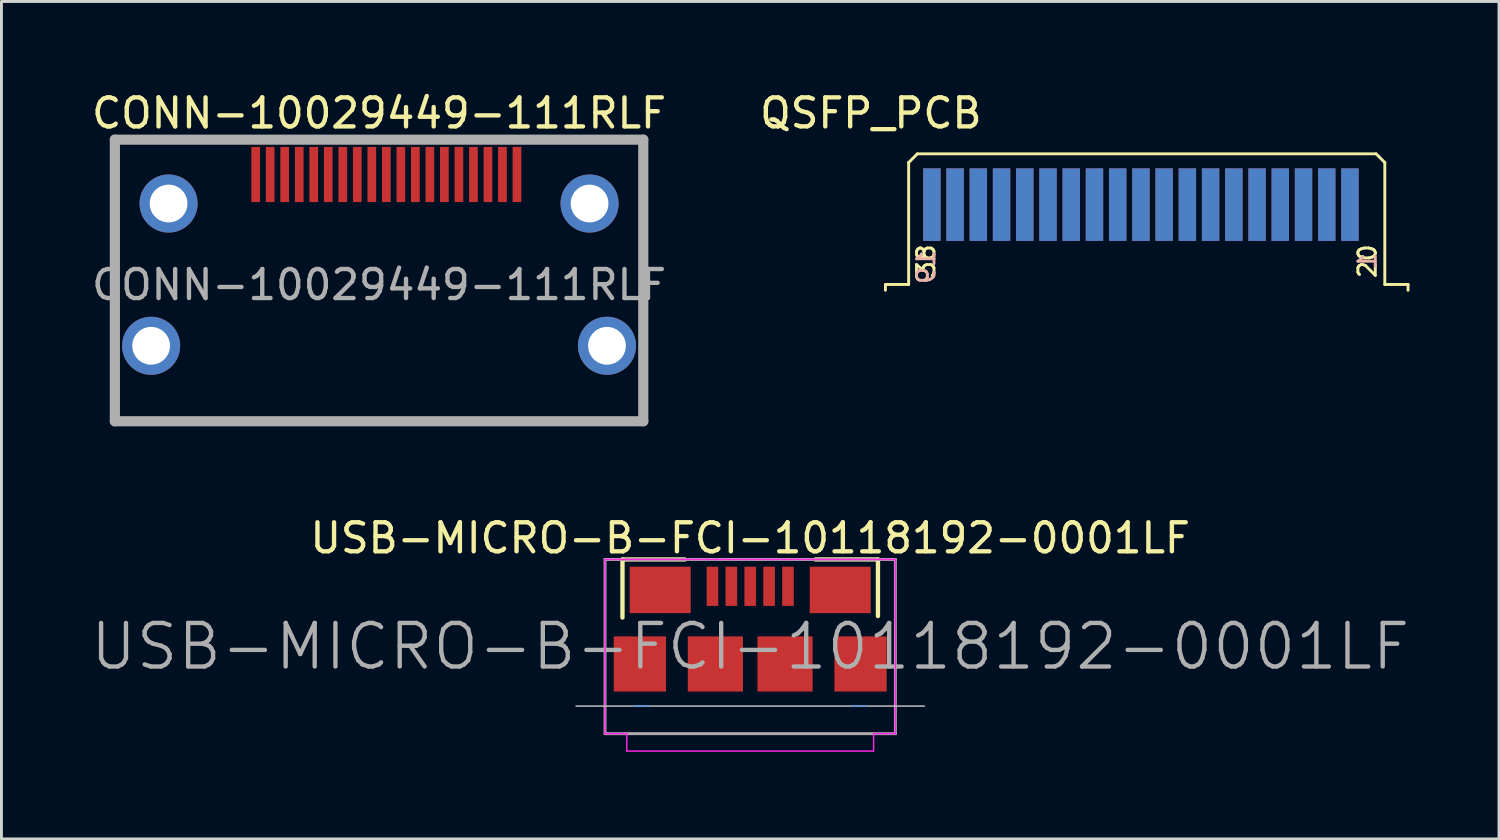
<source format=kicad_pcb>
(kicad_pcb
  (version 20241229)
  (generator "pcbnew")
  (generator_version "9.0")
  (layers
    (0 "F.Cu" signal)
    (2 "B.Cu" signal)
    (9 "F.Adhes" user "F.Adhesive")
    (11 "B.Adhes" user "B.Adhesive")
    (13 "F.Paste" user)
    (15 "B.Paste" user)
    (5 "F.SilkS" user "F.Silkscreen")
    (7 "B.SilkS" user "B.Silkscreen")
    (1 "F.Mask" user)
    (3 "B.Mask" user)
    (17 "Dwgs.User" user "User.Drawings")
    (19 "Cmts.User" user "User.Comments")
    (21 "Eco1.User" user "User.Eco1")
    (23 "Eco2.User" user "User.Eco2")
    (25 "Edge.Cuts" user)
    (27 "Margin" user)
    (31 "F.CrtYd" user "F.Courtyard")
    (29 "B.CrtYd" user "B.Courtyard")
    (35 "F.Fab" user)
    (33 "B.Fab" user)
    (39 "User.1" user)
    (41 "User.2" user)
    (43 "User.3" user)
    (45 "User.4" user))
  (footprint "QSFP_PCB"
    (layer "F.Cu")
    (at 28.646 5.548)
    (property "Reference" "QSFP_PCB" (at -1.7 -4.7 0) (layer "F.SilkS") (effects (font (size 1 1) (thickness 0.15))))
    (attr smd)
    (fp_line (start -1.2 1.2) (end -1.2 1.4) (stroke (width 0.1) (type solid)) (layer "F.SilkS"))
    (fp_line (start -0.4 -3) (end -0.4 1.2) (stroke (width 0.1) (type solid)) (layer "F.SilkS"))
    (fp_line (start -0.4 -3) (end -0.1 -3.3) (stroke (width 0.1) (type solid)) (layer "F.SilkS"))
    (fp_line (start -0.4 1.2) (end -1.2 1.2) (stroke (width 0.1) (type solid)) (layer "F.SilkS"))
    (fp_line (start -0.1 -3.3) (end 15.7 -3.3) (stroke (width 0.1) (type solid)) (layer "F.SilkS"))
    (fp_line (start 15.7 -3.3) (end 16 -3) (stroke (width 0.1) (type solid)) (layer "F.SilkS"))
    (fp_line (start 16 -3) (end 16 1.2) (stroke (width 0.1) (type solid)) (layer "F.SilkS"))
    (fp_line (start 16.8 1.2) (end 16 1.2) (stroke (width 0.1) (type solid)) (layer "F.SilkS"))
    (fp_line (start 16.8 1.2) (end 16.8 1.4) (stroke (width 0.1) (type solid)) (layer "F.SilkS"))
    (fp_text user "20" (at 15.4 0.4 90) (layer "F.SilkS") (effects (font (size 0.6 0.6) (thickness 0.1))))
    (fp_text user "38" (at 0.2 0.4 90) (layer "F.SilkS") (effects (font (size 0.6 0.6) (thickness 0.1))))
    (fp_text user "1" (at 15.4 0.4 270) (layer "B.SilkS") (effects (font (size 0.6 0.6) (thickness 0.1)) (justify mirror)))
    (fp_text user "19" (at 0.2 0.6 270) (layer "B.SilkS") (effects (font (size 0.6 0.6) (thickness 0.1)) (justify mirror)))
    (pad "1" smd rect (at 14.8 -1.5) (size 0.6 2.5) (drill (offset 0 -0.05)) (layers "B.Cu" "B.Mask" "B.Paste"))
    (pad "2" smd rect (at 14 -1.5) (size 0.6 2.5) (drill (offset 0 -0.05)) (layers "B.Cu" "B.Mask" "B.Paste"))
    (pad "3" smd rect (at 13.2 -1.5) (size 0.6 2.5) (drill (offset 0 -0.05)) (layers "B.Cu" "B.Mask" "B.Paste"))
    (pad "4" smd rect (at 12.4 -1.5) (size 0.6 2.5) (drill (offset 0 -0.05)) (layers "B.Cu" "B.Mask" "B.Paste"))
    (pad "5" smd rect (at 11.6 -1.5) (size 0.6 2.5) (drill (offset 0 -0.05)) (layers "B.Cu" "B.Mask" "B.Paste"))
    (pad "6" smd rect (at 10.8 -1.5) (size 0.6 2.5) (drill (offset 0 -0.05)) (layers "B.Cu" "B.Mask" "B.Paste"))
    (pad "7" smd rect (at 10 -1.5) (size 0.6 2.5) (drill (offset 0 -0.05)) (layers "B.Cu" "B.Mask" "B.Paste"))
    (pad "8" smd rect (at 9.2 -1.5) (size 0.6 2.5) (drill (offset 0 -0.05)) (layers "B.Cu" "B.Mask" "B.Paste"))
    (pad "9" smd rect (at 8.4 -1.5) (size 0.6 2.5) (drill (offset 0 -0.05)) (layers "B.Cu" "B.Mask" "B.Paste"))
    (pad "10" smd rect (at 7.6 -1.5) (size 0.6 2.5) (drill (offset 0 -0.05)) (layers "B.Cu" "B.Mask" "B.Paste"))
    (pad "11" smd rect (at 6.8 -1.5) (size 0.6 2.5) (drill (offset 0 -0.05)) (layers "B.Cu" "B.Mask" "B.Paste"))
    (pad "12" smd rect (at 6 -1.5) (size 0.6 2.5) (drill (offset 0 -0.05)) (layers "B.Cu" "B.Mask" "B.Paste"))
    (pad "13" smd rect (at 5.2 -1.5) (size 0.6 2.5) (drill (offset 0 -0.05)) (layers "B.Cu" "B.Mask" "B.Paste"))
    (pad "14" smd rect (at 4.4 -1.5) (size 0.6 2.5) (drill (offset 0 -0.05)) (layers "B.Cu" "B.Mask" "B.Paste"))
    (pad "15" smd rect (at 3.6 -1.5) (size 0.6 2.5) (drill (offset 0 -0.05)) (layers "B.Cu" "B.Mask" "B.Paste"))
    (pad "16" smd rect (at 2.8 -1.5) (size 0.6 2.5) (drill (offset 0 -0.05)) (layers "B.Cu" "B.Mask" "B.Paste"))
    (pad "17" smd rect (at 2 -1.5) (size 0.6 2.5) (drill (offset 0 -0.05)) (layers "B.Cu" "B.Mask" "B.Paste"))
    (pad "18" smd rect (at 1.2 -1.5) (size 0.6 2.5) (drill (offset 0 -0.05)) (layers "B.Cu" "B.Mask" "B.Paste"))
    (pad "19" smd rect (at 0.4 -1.5) (size 0.6 2.5) (drill (offset 0 -0.05)) (layers "B.Cu" "B.Mask" "B.Paste"))
    (pad "20" smd rect (at 14.8 -1.6) (size 0.6 2.5) (drill (offset 0 0.05)) (layers "F.Cu" "F.Mask" "F.Paste"))
    (pad "21" smd rect (at 14 -1.6) (size 0.6 2.5) (drill (offset 0 0.05)) (layers "F.Cu" "F.Mask" "F.Paste"))
    (pad "22" smd rect (at 13.2 -1.6) (size 0.6 2.5) (drill (offset 0 0.05)) (layers "F.Cu" "F.Mask" "F.Paste"))
    (pad "23" smd rect (at 12.4 -1.6) (size 0.6 2.5) (drill (offset 0 0.05)) (layers "F.Cu" "F.Mask" "F.Paste"))
    (pad "24" smd rect (at 11.6 -1.6) (size 0.6 2.5) (drill (offset 0 0.05)) (layers "F.Cu" "F.Mask" "F.Paste"))
    (pad "25" smd rect (at 10.8 -1.6) (size 0.6 2.5) (drill (offset 0 0.05)) (layers "F.Cu" "F.Mask" "F.Paste"))
    (pad "26" smd rect (at 10 -1.6) (size 0.6 2.5) (drill (offset 0 0.05)) (layers "F.Cu" "F.Mask" "F.Paste"))
    (pad "27" smd rect (at 9.2 -1.6) (size 0.6 2.5) (drill (offset 0 0.05)) (layers "F.Cu" "F.Mask" "F.Paste"))
    (pad "28" smd rect (at 8.4 -1.6) (size 0.6 2.5) (drill (offset 0 0.05)) (layers "F.Cu" "F.Mask" "F.Paste"))
    (pad "29" smd rect (at 7.6 -1.6) (size 0.6 2.5) (drill (offset 0 0.05)) (layers "F.Cu" "F.Mask" "F.Paste"))
    (pad "30" smd rect (at 6.8 -1.6) (size 0.6 2.5) (drill (offset 0 0.05)) (layers "F.Cu" "F.Mask" "F.Paste"))
    (pad "31" smd rect (at 6 -1.6) (size 0.6 2.5) (drill (offset 0 0.05)) (layers "F.Cu" "F.Mask" "F.Paste"))
    (pad "32" smd rect (at 5.2 -1.6) (size 0.6 2.5) (drill (offset 0 0.05)) (layers "F.Cu" "F.Mask" "F.Paste"))
    (pad "33" smd rect (at 4.4 -1.6) (size 0.6 2.5) (drill (offset 0 0.05)) (layers "F.Cu" "F.Mask" "F.Paste"))
    (pad "34" smd rect (at 3.6 -1.6) (size 0.6 2.5) (drill (offset 0 0.05)) (layers "F.Cu" "F.Mask" "F.Paste"))
    (pad "35" smd rect (at 2.8 -1.6) (size 0.6 2.5) (drill (offset 0 0.05)) (layers "F.Cu" "F.Mask" "F.Paste"))
    (pad "36" smd rect (at 2 -1.6) (size 0.6 2.5) (drill (offset 0 0.05)) (layers "F.Cu" "F.Mask" "F.Paste"))
    (pad "37" smd rect (at 1.2 -1.6) (size 0.6 2.5) (drill (offset 0 0.05)) (layers "F.Cu" "F.Mask" "F.Paste"))
    (pad "38" smd rect (at 0.4 -1.6) (size 0.6 2.5) (drill (offset 0 0.05)) (layers "F.Cu" "F.Mask" "F.Paste")))
  (footprint "USB-MICRO-B-FCI-10118192-0001LF"
    (layer "F.Cu")
    (at 22.789 19.819)
    (property "Reference" "USB-MICRO-B-FCI-10118192-0001LF" (at 0 -4.336 0) (layer "F.SilkS") (effects (font (size 1 1) (thickness 0.15))))
    (attr smd)
    (fp_line (start -4.4 -3.6) (end -2.25 -3.6) (stroke (width 0.15) (type solid)) (layer "F.SilkS"))
    (fp_line (start -4.4 -1.6) (end -4.4 -3.6) (stroke (width 0.15) (type solid)) (layer "F.SilkS"))
    (fp_line (start 2.25 -3.6) (end 4.4 -3.6) (stroke (width 0.15) (type solid)) (layer "F.SilkS"))
    (fp_line (start 4.4 -3.6) (end 4.4 -1.65) (stroke (width 0.15) (type solid)) (layer "F.SilkS"))
    (fp_line (start 6 1.45) (end -6 1.45) (stroke (width 0.05) (type solid)) (layer "Dwgs.User"))
    (fp_line (start -4 1.45) (end -3.5 1.45) (stroke (width 0.05) (type solid)) (layer "Cmts.User"))
    (fp_line (start 4 1.45) (end 3.5 1.45) (stroke (width 0.05) (type solid)) (layer "Cmts.User"))
    (fp_line (start -5 -3.6) (end -5 2.4) (stroke (width 0.05) (type solid)) (layer "F.CrtYd"))
    (fp_line (start -5 2.4) (end -4.25 2.4) (stroke (width 0.05) (type solid)) (layer "F.CrtYd"))
    (fp_line (start -4.25 3) (end -4.25 2.4) (stroke (width 0.05) (type solid)) (layer "F.CrtYd"))
    (fp_line (start 4.25 2.4) (end 4.25 3) (stroke (width 0.05) (type solid)) (layer "F.CrtYd"))
    (fp_line (start 4.25 3) (end -4.25 3) (stroke (width 0.05) (type solid)) (layer "F.CrtYd"))
    (fp_line (start 5 -3.6) (end -5 -3.6) (stroke (width 0.05) (type solid)) (layer "F.CrtYd"))
    (fp_line (start 5 -3.6) (end 5 2.4) (stroke (width 0.05) (type solid)) (layer "F.CrtYd"))
    (fp_line (start 5 2.4) (end 4.25 2.4) (stroke (width 0.05) (type solid)) (layer "F.CrtYd"))
    (fp_line (start -5 -3.6) (end 5 -3.6) (stroke (width 0.1) (type solid)) (layer "F.Fab"))
    (fp_line (start -5 2.4) (end -5 -3.6) (stroke (width 0.1) (type solid)) (layer "F.Fab"))
    (fp_line (start 5 -3.6) (end 5 2.4) (stroke (width 0.1) (type solid)) (layer "F.Fab"))
    (fp_line (start 5 2.4) (end -5 2.4) (stroke (width 0.1) (type solid)) (layer "F.Fab"))
    (fp_text user "${REFERENCE}" (at 0 -0.6 0) (layer "F.Fab") (effects (font (size 1.5 1.5) (thickness 0.15))))
    (pad "1" smd rect (at -1.3 -2.675) (size 0.4 1.35) (layers "F.Cu" "F.Mask" "F.Paste"))
    (pad "2" smd rect (at -0.65 -2.675) (size 0.4 1.35) (layers "F.Cu" "F.Mask" "F.Paste"))
    (pad "3" smd rect (at 0 -2.675) (size 0.4 1.35) (layers "F.Cu" "F.Mask" "F.Paste"))
    (pad "4" smd rect (at 0.65 -2.675) (size 0.4 1.35) (layers "F.Cu" "F.Mask" "F.Paste"))
    (pad "5" smd rect (at 1.3 -2.675) (size 0.4 1.35) (layers "F.Cu" "F.Mask" "F.Paste"))
    (pad "6" smd rect (at -3.8 0) (size 1.8 1.9) (layers "F.Cu" "F.Mask" "F.Paste"))
    (pad "6" smd rect (at -3.1 -2.55) (size 2.1 1.6) (layers "F.Cu" "F.Mask" "F.Paste"))
    (pad "6" smd rect (at -1.2 0) (size 1.9 1.9) (layers "F.Cu" "F.Mask" "F.Paste"))
    (pad "6" smd rect (at 1.2 0) (size 1.9 1.9) (layers "F.Cu" "F.Mask" "F.Paste"))
    (pad "6" smd rect (at 3.1 -2.55) (size 2.1 1.6) (layers "F.Cu" "F.Mask" "F.Paste"))
    (pad "6" smd rect (at 3.8 0) (size 1.8 1.9) (layers "F.Cu" "F.Mask" "F.Paste")))
  (footprint "CONN-10029449-111RLF"
    (layer "F.Cu")
    (at 10.006 3.96)
    (property "Reference" "CONN-10029449-111RLF" (at 0 -3.111 0) (layer "F.SilkS") (effects (font (size 1 1) (thickness 0.15))))
    (attr smd)
    (fp_poly (pts (xy -8.05 4.5) (xy -8.25 4.7) (xy -8.85 4.7) (xy -8.55 4.2) (xy -8.05 3.9)) (stroke (width 0.1) (type solid)) (fill yes) (layer "F.Paste"))
    (fp_poly (pts (xy -8.05 5.3) (xy -8.05 5.9) (xy -8.55 5.6) (xy -8.85 5.1) (xy -8.25 5.1)) (stroke (width 0.1) (type solid)) (fill yes) (layer "F.Paste"))
    (fp_poly (pts (xy -7.45 -0.4) (xy -7.65 -0.2) (xy -8.25 -0.2) (xy -7.95 -0.7) (xy -7.45 -1)) (stroke (width 0.1) (type solid)) (fill yes) (layer "F.Paste"))
    (fp_poly (pts (xy -7.45 0.4) (xy -7.45 1) (xy -7.95 0.7) (xy -8.25 0.2) (xy -7.65 0.2)) (stroke (width 0.1) (type solid)) (fill yes) (layer "F.Paste"))
    (fp_poly (pts (xy -7.15 4.2) (xy -6.85 4.7) (xy -7.45 4.7) (xy -7.65 4.5) (xy -7.65 3.9)) (stroke (width 0.1) (type solid)) (fill yes) (layer "F.Paste"))
    (fp_poly (pts (xy -7.15 5.6) (xy -7.65 5.9) (xy -7.65 5.3) (xy -7.45 5.1) (xy -6.85 5.1)) (stroke (width 0.1) (type solid)) (fill yes) (layer "F.Paste"))
    (fp_poly (pts (xy -6.55 -0.7) (xy -6.25 -0.2) (xy -6.85 -0.2) (xy -7.05 -0.4) (xy -7.05 -1)) (stroke (width 0.1) (type solid)) (fill yes) (layer "F.Paste"))
    (fp_poly (pts (xy -6.55 0.7) (xy -7.05 1) (xy -7.05 0.4) (xy -6.85 0.2) (xy -6.25 0.2)) (stroke (width 0.1) (type solid)) (fill yes) (layer "F.Paste"))
    (fp_poly (pts (xy 7.05 -0.4) (xy 6.85 -0.2) (xy 6.25 -0.2) (xy 6.55 -0.7) (xy 7.05 -1)) (stroke (width 0.1) (type solid)) (fill yes) (layer "F.Paste"))
    (fp_poly (pts (xy 7.05 0.4) (xy 7.05 1) (xy 6.55 0.7) (xy 6.25 0.2) (xy 6.85 0.2)) (stroke (width 0.1) (type solid)) (fill yes) (layer "F.Paste"))
    (fp_poly (pts (xy 7.65 4.5) (xy 7.45 4.7) (xy 6.85 4.7) (xy 7.15 4.2) (xy 7.65 3.9)) (stroke (width 0.1) (type solid)) (fill yes) (layer "F.Paste"))
    (fp_poly (pts (xy 7.65 5.3) (xy 7.65 5.9) (xy 7.15 5.6) (xy 6.85 5.1) (xy 7.45 5.1)) (stroke (width 0.1) (type solid)) (fill yes) (layer "F.Paste"))
    (fp_poly (pts (xy 7.95 -0.7) (xy 8.25 -0.2) (xy 7.65 -0.2) (xy 7.45 -0.4) (xy 7.45 -1)) (stroke (width 0.1) (type solid)) (fill yes) (layer "F.Paste"))
    (fp_poly (pts (xy 7.95 0.7) (xy 7.45 1) (xy 7.45 0.4) (xy 7.65 0.2) (xy 8.25 0.2)) (stroke (width 0.1) (type solid)) (fill yes) (layer "F.Paste"))
    (fp_poly (pts (xy 8.55 4.2) (xy 8.85 4.7) (xy 8.25 4.7) (xy 8.05 4.5) (xy 8.05 3.9)) (stroke (width 0.1) (type solid)) (fill yes) (layer "F.Paste"))
    (fp_poly (pts (xy 8.55 5.6) (xy 8.05 5.9) (xy 8.05 5.3) (xy 8.25 5.1) (xy 8.85 5.1)) (stroke (width 0.1) (type solid)) (fill yes) (layer "F.Paste"))
    (fp_poly (pts (xy -8.35 5.4) (xy -8.05 5.6) (xy -8.05 5.9) (xy -8.55 5.6) (xy -8.85 5.1) (xy -8.55 5.1)) (stroke (width 0.1) (type solid)) (fill yes) (layer "B.Paste"))
    (fp_poly (pts (xy -8.05 4.2) (xy -8.35 4.4) (xy -8.55 4.7) (xy -8.85 4.7) (xy -8.55 4.2) (xy -8.05 3.9)) (stroke (width 0.1) (type solid)) (fill yes) (layer "B.Paste"))
    (fp_poly (pts (xy -7.75 0.5) (xy -7.45 0.7) (xy -7.45 1) (xy -7.95 0.7) (xy -8.25 0.2) (xy -7.95 0.2)) (stroke (width 0.1) (type solid)) (fill yes) (layer "B.Paste"))
    (fp_poly (pts (xy -7.45 -0.7) (xy -7.75 -0.5) (xy -7.95 -0.2) (xy -8.25 -0.2) (xy -7.95 -0.7) (xy -7.45 -1)) (stroke (width 0.1) (type solid)) (fill yes) (layer "B.Paste"))
    (fp_poly (pts (xy -7.15 4.2) (xy -6.85 4.7) (xy -7.15 4.7) (xy -7.35 4.4) (xy -7.65 4.2) (xy -7.65 3.9)) (stroke (width 0.1) (type solid)) (fill yes) (layer "B.Paste"))
    (fp_poly (pts (xy -7.15 5.6) (xy -7.65 5.9) (xy -7.65 5.6) (xy -7.35 5.4) (xy -7.15 5.1) (xy -6.85 5.1)) (stroke (width 0.1) (type solid)) (fill yes) (layer "B.Paste"))
    (fp_poly (pts (xy -6.55 -0.7) (xy -6.25 -0.2) (xy -6.55 -0.2) (xy -6.75 -0.5) (xy -7.05 -0.7) (xy -7.05 -1)) (stroke (width 0.1) (type solid)) (fill yes) (layer "B.Paste"))
    (fp_poly (pts (xy -6.55 0.7) (xy -7.05 1) (xy -7.05 0.7) (xy -6.75 0.5) (xy -6.55 0.2) (xy -6.25 0.2)) (stroke (width 0.1) (type solid)) (fill yes) (layer "B.Paste"))
    (fp_poly (pts (xy 6.75 0.5) (xy 7.05 0.7) (xy 7.05 1) (xy 6.55 0.7) (xy 6.25 0.2) (xy 6.55 0.2)) (stroke (width 0.1) (type solid)) (fill yes) (layer "B.Paste"))
    (fp_poly (pts (xy 7.05 -0.7) (xy 6.75 -0.5) (xy 6.55 -0.2) (xy 6.25 -0.2) (xy 6.55 -0.7) (xy 7.05 -1)) (stroke (width 0.1) (type solid)) (fill yes) (layer "B.Paste"))
    (fp_poly (pts (xy 7.35 5.4) (xy 7.65 5.6) (xy 7.65 5.9) (xy 7.15 5.6) (xy 6.85 5.1) (xy 7.15 5.1)) (stroke (width 0.1) (type solid)) (fill yes) (layer "B.Paste"))
    (fp_poly (pts (xy 7.65 4.2) (xy 7.35 4.4) (xy 7.15 4.7) (xy 6.85 4.7) (xy 7.15 4.2) (xy 7.65 3.9)) (stroke (width 0.1) (type solid)) (fill yes) (layer "B.Paste"))
    (fp_poly (pts (xy 7.95 -0.7) (xy 8.25 -0.2) (xy 7.95 -0.2) (xy 7.75 -0.5) (xy 7.45 -0.7) (xy 7.45 -1)) (stroke (width 0.1) (type solid)) (fill yes) (layer "B.Paste"))
    (fp_poly (pts (xy 7.95 0.7) (xy 7.45 1) (xy 7.45 0.7) (xy 7.75 0.5) (xy 7.95 0.2) (xy 8.25 0.2)) (stroke (width 0.1) (type solid)) (fill yes) (layer "B.Paste"))
    (fp_poly (pts (xy 8.55 4.2) (xy 8.85 4.7) (xy 8.55 4.7) (xy 8.35 4.4) (xy 8.05 4.2) (xy 8.05 3.9)) (stroke (width 0.1) (type solid)) (fill yes) (layer "B.Paste"))
    (fp_poly (pts (xy 8.55 5.6) (xy 8.05 5.9) (xy 8.05 5.6) (xy 8.35 5.4) (xy 8.55 5.1) (xy 8.85 5.1)) (stroke (width 0.1) (type solid)) (fill yes) (layer "B.Paste"))
    (fp_line (start -9.1 -2.2) (end 9.1 -2.2) (stroke (width 0.35) (type solid)) (layer "F.Fab"))
    (fp_line (start -9.1 7.5) (end -9.1 -2.2) (stroke (width 0.35) (type solid)) (layer "F.Fab"))
    (fp_line (start 9.1 -2.2) (end 9.1 7.5) (stroke (width 0.35) (type solid)) (layer "F.Fab"))
    (fp_line (start 9.1 7.5) (end -9.1 7.5) (stroke (width 0.35) (type solid)) (layer "F.Fab"))
    (fp_text user "${REFERENCE}" (at 0 2.8 0) (layer "F.Fab") (effects (font (size 1 1) (thickness 0.15))))
    (pad "1" smd rect (at 4.75 -1) (size 0.3 1.9) (layers "F.Cu" "F.Mask" "F.Paste"))
    (pad "2" smd rect (at 4.25 -1) (size 0.3 1.9) (layers "F.Cu" "F.Mask" "F.Paste"))
    (pad "3" smd rect (at 3.75 -1) (size 0.3 1.9) (layers "F.Cu" "F.Mask" "F.Paste"))
    (pad "4" smd rect (at 3.25 -1) (size 0.3 1.9) (layers "F.Cu" "F.Mask" "F.Paste"))
    (pad "5" smd rect (at 2.75 -1) (size 0.3 1.9) (layers "F.Cu" "F.Mask" "F.Paste"))
    (pad "6" smd rect (at 2.25 -1) (size 0.3 1.9) (layers "F.Cu" "F.Mask" "F.Paste"))
    (pad "7" smd rect (at 1.75 -1) (size 0.3 1.9) (layers "F.Cu" "F.Mask" "F.Paste"))
    (pad "8" smd rect (at 1.25 -1) (size 0.3 1.9) (layers "F.Cu" "F.Mask" "F.Paste"))
    (pad "9" smd rect (at 0.75 -1) (size 0.3 1.9) (layers "F.Cu" "F.Mask" "F.Paste"))
    (pad "10" smd rect (at 0.25 -1) (size 0.3 1.9) (layers "F.Cu" "F.Mask" "F.Paste"))
    (pad "11" smd rect (at -0.25 -1) (size 0.3 1.9) (layers "F.Cu" "F.Mask" "F.Paste"))
    (pad "12" smd rect (at -0.75 -1) (size 0.3 1.9) (layers "F.Cu" "F.Mask" "F.Paste"))
    (pad "13" smd rect (at -1.25 -1) (size 0.3 1.9) (layers "F.Cu" "F.Mask" "F.Paste"))
    (pad "14" smd rect (at -1.75 -1) (size 0.3 1.9) (layers "F.Cu" "F.Mask" "F.Paste"))
    (pad "15" smd rect (at -2.25 -1) (size 0.3 1.9) (layers "F.Cu" "F.Mask" "F.Paste"))
    (pad "16" smd rect (at -2.75 -1) (size 0.3 1.9) (layers "F.Cu" "F.Mask" "F.Paste"))
    (pad "17" smd rect (at -3.25 -1) (size 0.3 1.9) (layers "F.Cu" "F.Mask" "F.Paste"))
    (pad "18" smd rect (at -3.75 -1) (size 0.3 1.9) (layers "F.Cu" "F.Mask" "F.Paste"))
    (pad "19" smd rect (at -4.25 -1) (size 0.3 1.9) (layers "F.Cu" "F.Mask" "F.Paste"))
    (pad "SH" thru_hole circle (at -7.85 4.9) (size 2 2) (drill 1.3) (layers "*.Cu" "*.Mask"))
    (pad "SH" thru_hole circle (at -7.25 0) (size 2 2) (drill 1.3) (layers "*.Cu" "*.Mask"))
    (pad "SH" thru_hole circle (at 7.25 0) (size 2 2) (drill 1.3) (layers "*.Cu" "*.Mask"))
    (pad "SH" thru_hole circle (at 7.85 4.9) (size 2 2) (drill 1.3) (layers "*.Cu" "*.Mask")))
  (gr_rect
    (start -3 -3)
    (end 48.579 25.844)
    (stroke (width 0.1) (type default))
    (fill no)
    (layer "Edge.Cuts")))
</source>
